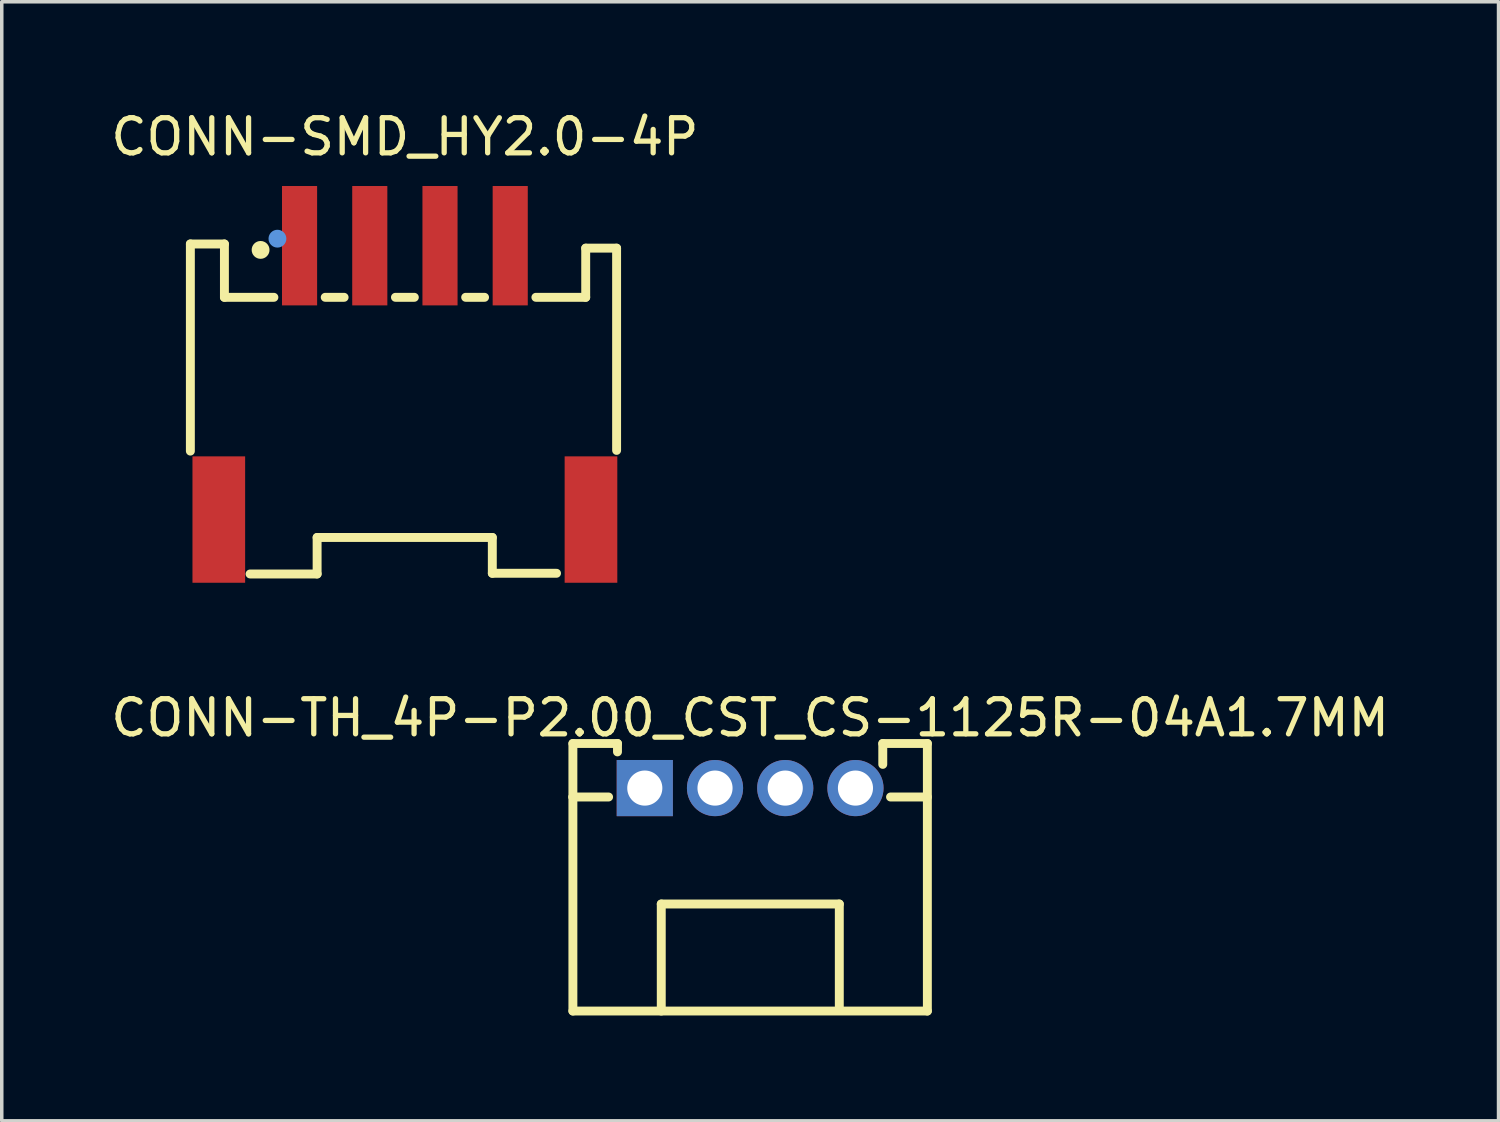
<source format=kicad_pcb>
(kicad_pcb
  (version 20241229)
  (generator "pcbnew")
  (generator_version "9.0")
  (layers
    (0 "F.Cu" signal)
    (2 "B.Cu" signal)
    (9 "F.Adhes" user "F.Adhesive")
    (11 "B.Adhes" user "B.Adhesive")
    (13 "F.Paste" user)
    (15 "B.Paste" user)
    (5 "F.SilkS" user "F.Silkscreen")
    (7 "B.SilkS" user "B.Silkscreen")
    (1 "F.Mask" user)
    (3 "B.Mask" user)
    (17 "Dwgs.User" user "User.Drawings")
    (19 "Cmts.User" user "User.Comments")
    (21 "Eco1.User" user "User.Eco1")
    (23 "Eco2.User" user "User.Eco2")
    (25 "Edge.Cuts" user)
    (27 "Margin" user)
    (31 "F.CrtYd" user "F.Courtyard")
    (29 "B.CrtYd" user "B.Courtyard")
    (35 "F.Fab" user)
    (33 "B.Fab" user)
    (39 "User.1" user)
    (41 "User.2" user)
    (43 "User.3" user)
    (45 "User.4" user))
  (footprint "CONN-SMD_HY2.0-4P"
    (layer "F.Cu")
    (at 8.482 7.848)
    (property "Reference" "CONN-SMD_HY2.0-4P" (at 0 -7 0) (layer "F.SilkS") (effects (font (size 1 1) (thickness 0.15))))
    (attr smd)
    (fp_line (start -6.11 -3.949) (end -5.14 -3.949) (stroke (width 0.254) (type solid)) (layer "F.SilkS"))
    (fp_line (start -6.11 1.95) (end -6.11 -3.95) (stroke (width 0.254) (type solid)) (layer "F.SilkS"))
    (fp_line (start -5.14 -3.949) (end -5.14 -2.43) (stroke (width 0.254) (type solid)) (layer "F.SilkS"))
    (fp_line (start -5.14 -2.43) (end -3.731 -2.43) (stroke (width 0.254) (type solid)) (layer "F.SilkS"))
    (fp_line (start -4.41 5.45) (end -2.5 5.45) (stroke (width 0.254) (type solid)) (layer "F.SilkS"))
    (fp_line (start -2.5 4.41) (end 2.49 4.41) (stroke (width 0.254) (type solid)) (layer "F.SilkS"))
    (fp_line (start -2.5 5.45) (end -2.5 4.41) (stroke (width 0.254) (type solid)) (layer "F.SilkS"))
    (fp_line (start -2.269 -2.43) (end -1.731 -2.43) (stroke (width 0.254) (type solid)) (layer "F.SilkS"))
    (fp_line (start -0.269 -2.43) (end 0.269 -2.43) (stroke (width 0.254) (type solid)) (layer "F.SilkS"))
    (fp_line (start 1.731 -2.43) (end 2.269 -2.43) (stroke (width 0.254) (type solid)) (layer "F.SilkS"))
    (fp_line (start 2.49 4.41) (end 2.49 5.43) (stroke (width 0.254) (type solid)) (layer "F.SilkS"))
    (fp_line (start 2.49 5.43) (end 4.319 5.43) (stroke (width 0.254) (type solid)) (layer "F.SilkS"))
    (fp_line (start 3.731 -2.43) (end 5.15 -2.43) (stroke (width 0.254) (type solid)) (layer "F.SilkS"))
    (fp_line (start 5.15 -3.83) (end 6.03 -3.83) (stroke (width 0.254) (type solid)) (layer "F.SilkS"))
    (fp_line (start 5.15 -2.43) (end 5.15 -3.83) (stroke (width 0.254) (type solid)) (layer "F.SilkS"))
    (fp_line (start 6.03 -3.83) (end 6.03 1.93) (stroke (width 0.254) (type solid)) (layer "F.SilkS"))
    (fp_circle (center -4.11 -3.78) (end -3.983 -3.78) (stroke (width 0.254) (type solid)) (fill no) (layer "F.SilkS"))
    (fp_circle (center -3.63 -4.1) (end -3.503 -4.1) (stroke (width 0.254) (type solid)) (fill no) (layer "Cmts.User"))
    (pad "1" smd rect (at -3 -3.9 180) (size 1 3.4) (layers "F.Cu" "F.Mask" "F.Paste"))
    (pad "2" smd rect (at -1 -3.9 180) (size 1 3.4) (layers "F.Cu" "F.Mask" "F.Paste"))
    (pad "3" smd rect (at 1 -3.9 180) (size 1 3.4) (layers "F.Cu" "F.Mask" "F.Paste"))
    (pad "4" smd rect (at 3 -3.9 180) (size 1 3.4) (layers "F.Cu" "F.Mask" "F.Paste"))
    (pad "MP" smd rect (at -5.3 3.9 180) (size 1.5 3.6) (layers "F.Cu" "F.Mask" "F.Paste"))
    (pad "MP" smd rect (at 5.3 3.9 180) (size 1.5 3.6) (layers "F.Cu" "F.Mask" "F.Paste")))
  (footprint "CONN-TH_4P-P2.00_CST_CS-1125R-04A1.7MM"
    (layer "F.Cu")
    (at 18.315 19.396)
    (property "Reference" "CONN-TH_4P-P2.00_CST_CS-1125R-04A1.7MM" (at 0 -2 0) (layer "F.SilkS") (effects (font (size 1 1) (thickness 0.15))))
    (attr through_hole)
    (fp_line (start -5.048 -1.27) (end -3.778 -1.27) (stroke (width 0.254) (type solid)) (layer "F.SilkS"))
    (fp_line (start -5.048 0.254) (end -5.048 -1.27) (stroke (width 0.254) (type solid)) (layer "F.SilkS"))
    (fp_line (start -5.048 0.254) (end -5.048 6.35) (stroke (width 0.254) (type solid)) (layer "F.SilkS"))
    (fp_line (start -5.048 6.35) (end 5.048 6.35) (stroke (width 0.254) (type solid)) (layer "F.SilkS"))
    (fp_line (start -4.031 0.254) (end -5.048 0.254) (stroke (width 0.254) (type solid)) (layer "F.SilkS"))
    (fp_line (start -3.778 -1.27) (end -3.778 -1.031) (stroke (width 0.254) (type solid)) (layer "F.SilkS"))
    (fp_line (start -2.531 3.302) (end 2.54 3.302) (stroke (width 0.254) (type solid)) (layer "F.SilkS"))
    (fp_line (start -2.531 6.35) (end -2.531 3.302) (stroke (width 0.254) (type solid)) (layer "F.SilkS"))
    (fp_line (start 2.54 3.302) (end 2.54 6.223) (stroke (width 0.254) (type solid)) (layer "F.SilkS"))
    (fp_line (start 3.778 -1.27) (end 3.778 -0.675) (stroke (width 0.254) (type solid)) (layer "F.SilkS"))
    (fp_line (start 5.048 -1.27) (end 3.778 -1.27) (stroke (width 0.254) (type solid)) (layer "F.SilkS"))
    (fp_line (start 5.048 0.254) (end 3.999 0.254) (stroke (width 0.254) (type solid)) (layer "F.SilkS"))
    (fp_line (start 5.048 6.35) (end 5.048 -1.27) (stroke (width 0.254) (type solid)) (layer "F.SilkS"))
    (pad "1" thru_hole rect (at -3 0) (size 1.6 1.6) (drill 1) (layers "*.Cu" "*.Paste" "*.Mask"))
    (pad "2" thru_hole circle (at -1 0) (size 1.6 1.6) (drill 1) (layers "*.Cu" "*.Paste" "*.Mask"))
    (pad "3" thru_hole circle (at 1 0) (size 1.6 1.6) (drill 1) (layers "*.Cu" "*.Paste" "*.Mask"))
    (pad "4" thru_hole circle (at 3 0) (size 1.6 1.6) (drill 1) (layers "*.Cu" "*.Paste" "*.Mask")))
  (gr_rect
    (start -3 -3)
    (end 39.631 28.873)
    (stroke (width 0.1) (type default))
    (fill no)
    (layer "Edge.Cuts")))
</source>
